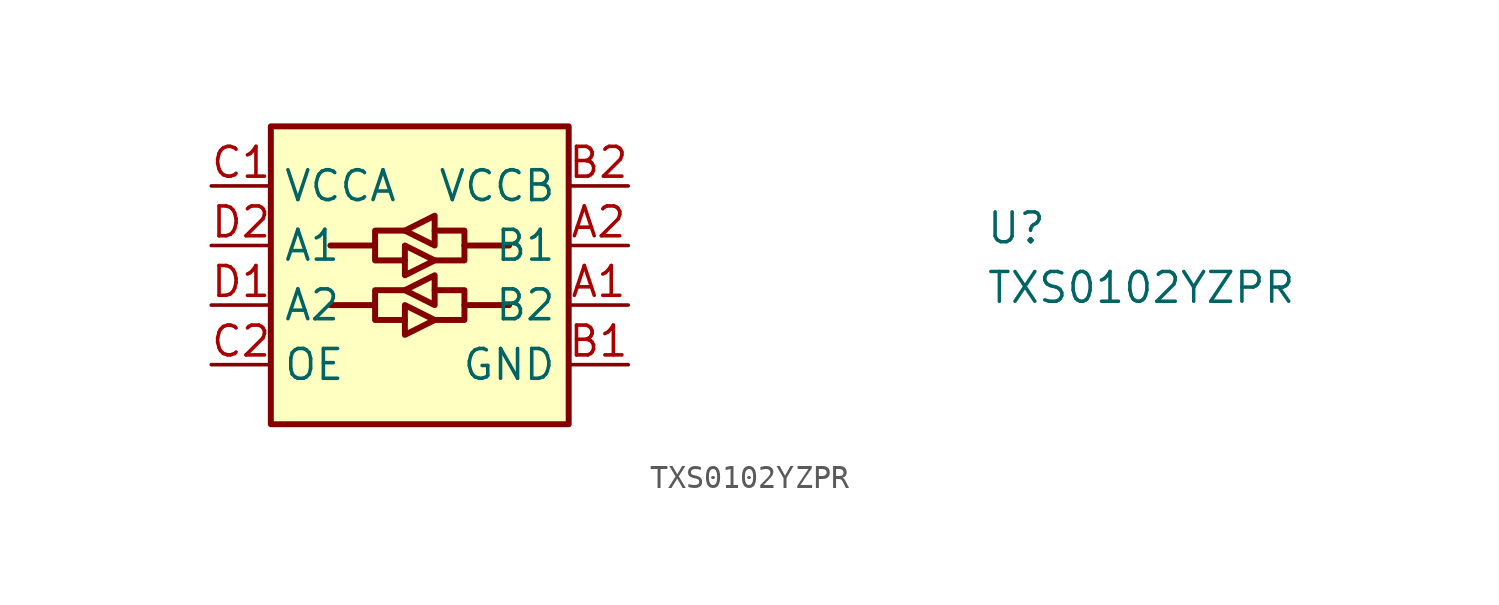
<source format=kicad_sym>
(kicad_symbol_lib
  (version 20211014)
  (generator kicad_symbol_editor)
  (symbol "TXS0102YZPR"
    (property "Reference" "U"
      (at 33.02 -5.08 0)
      (effects (font (size 1.27 1.27) (thickness 0.15)) (justify left bottom)))
    (property "Value" "TXS0102YZPR"
      (at 33.02 -7.62 0)
      (effects (font (size 1.27 1.27) (thickness 0.15)) (justify left bottom)))
    (symbol "TXS0102YZPR_1_1"
      (polyline (pts (xy 5.08 -7.62) (xy 6.985 -7.62)) (stroke (width 0.254) (type default) (color 0 0 0 0)) (fill (type background)))
      (polyline (pts (xy 6.985 -5.08) (xy 5.08 -5.08)) (stroke (width 0.254) (type default) (color 0 0 0 0)) (fill (type background)))
      (polyline (pts (xy 10.795 -5.08) (xy 12.7 -5.08)) (stroke (width 0.254) (type default) (color 0 0 0 0)) (fill (type background)))
      (polyline (pts (xy 12.7 -7.62) (xy 10.795 -7.62)) (stroke (width 0.254) (type default) (color 0 0 0 0)) (fill (type background)))
      (polyline (pts (xy 8.255 -7.62) (xy 8.255 -8.89) (xy 9.525 -8.255) (xy 8.255 -7.62)) (stroke (width 0.254) (type default) (color 0 0 0 0)) (fill (type background)))
      (polyline (pts (xy 8.255 -6.985) (xy 6.985 -6.985) (xy 6.985 -8.255) (xy 8.255 -8.255)) (stroke (width 0.254) (type default) (color 0 0 0 0)) (fill (type background)))
      (polyline (pts (xy 8.255 -6.985) (xy 9.525 -6.35) (xy 9.525 -7.62) (xy 8.255 -6.985)) (stroke (width 0.254) (type default) (color 0 0 0 0)) (fill (type background)))
      (polyline (pts (xy 8.255 -5.08) (xy 8.255 -6.35) (xy 9.525 -5.715) (xy 8.255 -5.08)) (stroke (width 0.254) (type default) (color 0 0 0 0)) (fill (type background)))
      (polyline (pts (xy 8.255 -4.445) (xy 6.985 -4.445) (xy 6.985 -5.715) (xy 8.255 -5.715)) (stroke (width 0.254) (type default) (color 0 0 0 0)) (fill (type background)))
      (polyline (pts (xy 8.255 -4.445) (xy 9.525 -3.81) (xy 9.525 -5.08) (xy 8.255 -4.445)) (stroke (width 0.254) (type default) (color 0 0 0 0)) (fill (type background)))
      (polyline (pts (xy 9.525 -6.985) (xy 10.795 -6.985) (xy 10.795 -8.255) (xy 9.525 -8.255)) (stroke (width 0.254) (type default) (color 0 0 0 0)) (fill (type background)))
      (polyline (pts (xy 9.525 -4.445) (xy 10.795 -4.445) (xy 10.795 -5.715) (xy 9.525 -5.715)) (stroke (width 0.254) (type default) (color 0 0 0 0)) (fill (type background)))
      (rectangle (start 2.54 0) (end 15.24 -12.7) (stroke (width 0.254) (type default) (color 0 0 0 0)) (fill (type background)))
      (pin bidirectional line (at 17.78 -7.62 180) (length 2.54) (name "B2" (effects (font (size 1.27 1.27)))) (number "A1" (effects (font (size 1.27 1.27)))))
      (pin bidirectional line (at 17.78 -5.08 180) (length 2.54) (name "B1" (effects (font (size 1.27 1.27)))) (number "A2" (effects (font (size 1.27 1.27)))))
      (pin power_in line (at 17.78 -10.16 180) (length 2.54) (name "GND" (effects (font (size 1.27 1.27)))) (number "B1" (effects (font (size 1.27 1.27)))))
      (pin power_in line (at 17.78 -2.54 180) (length 2.54) (name "VCCB" (effects (font (size 1.27 1.27)))) (number "B2" (effects (font (size 1.27 1.27)))))
      (pin power_in line (at 0 -2.54 0) (length 2.54) (name "VCCA" (effects (font (size 1.27 1.27)))) (number "C1" (effects (font (size 1.27 1.27)))))
      (pin tri_state line (at 0 -10.16 0) (length 2.54) (name "OE" (effects (font (size 1.27 1.27)))) (number "C2" (effects (font (size 1.27 1.27)))))
      (pin bidirectional line (at 0 -7.62 0) (length 2.54) (name "A2" (effects (font (size 1.27 1.27)))) (number "D1" (effects (font (size 1.27 1.27)))))
      (pin bidirectional line (at 0 -5.08 0) (length 2.54) (name "A1" (effects (font (size 1.27 1.27)))) (number "D2" (effects (font (size 1.27 1.27))))))))
</source>
